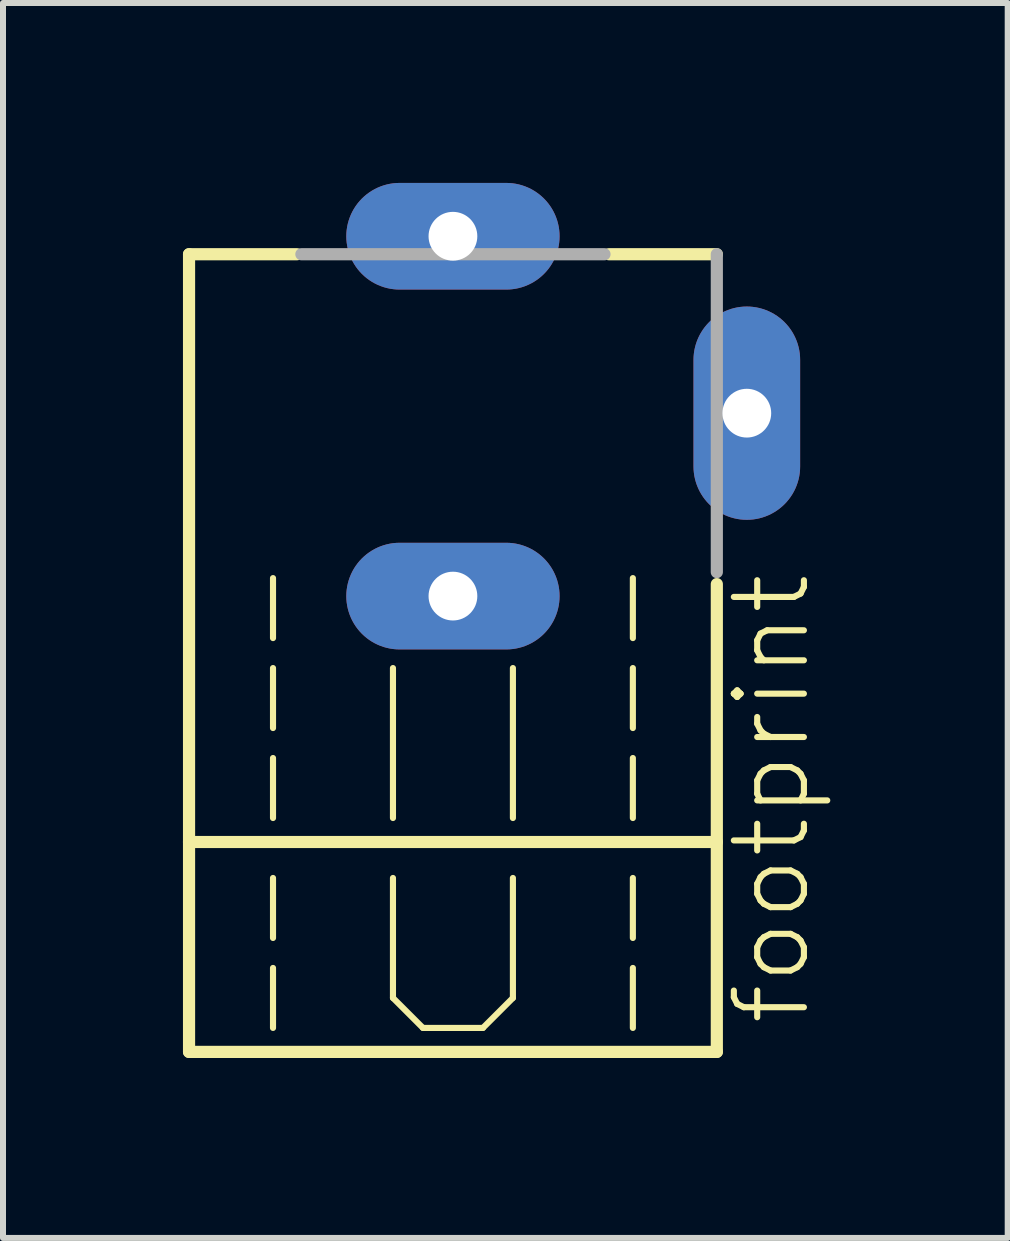
<source format=kicad_pcb>
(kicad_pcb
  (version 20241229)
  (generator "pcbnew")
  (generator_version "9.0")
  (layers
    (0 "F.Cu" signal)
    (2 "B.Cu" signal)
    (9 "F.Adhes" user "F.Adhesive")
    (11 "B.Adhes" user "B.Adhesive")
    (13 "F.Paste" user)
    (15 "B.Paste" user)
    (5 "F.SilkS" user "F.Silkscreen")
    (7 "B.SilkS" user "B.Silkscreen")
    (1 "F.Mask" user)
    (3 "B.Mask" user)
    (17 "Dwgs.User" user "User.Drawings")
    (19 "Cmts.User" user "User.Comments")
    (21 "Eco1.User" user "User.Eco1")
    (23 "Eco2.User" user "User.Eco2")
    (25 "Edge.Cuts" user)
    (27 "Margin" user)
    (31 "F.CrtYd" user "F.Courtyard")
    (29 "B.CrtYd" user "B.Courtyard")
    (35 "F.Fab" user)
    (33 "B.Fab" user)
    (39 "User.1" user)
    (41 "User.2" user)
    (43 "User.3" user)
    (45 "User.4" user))
  (footprint "footprint"
    (layer "F.Cu")
    (at 4.502 8.239)
    (property "Reference" "footprint" (at 6 5.85 90) (layer "F.SilkS") (effects (font (size 1.168 1.168) (thickness 0.102)) (justify left bottom)))
    (fp_line (start -4.4 -7.05) (end -4.4 2.75) (stroke (width 0.203) (type solid)) (layer "F.SilkS"))
    (fp_line (start -4.4 2.75) (end -4.4 6.25) (stroke (width 0.203) (type solid)) (layer "F.SilkS"))
    (fp_line (start -4.4 2.75) (end 4.4 2.75) (stroke (width 0.203) (type solid)) (layer "F.SilkS"))
    (fp_line (start -4.4 6.25) (end 4.4 6.25) (stroke (width 0.203) (type solid)) (layer "F.SilkS"))
    (fp_line (start -3 -0.65) (end -3 -1.65) (stroke (width 0.102) (type solid)) (layer "F.SilkS"))
    (fp_line (start -3 0.85) (end -3 -0.15) (stroke (width 0.102) (type solid)) (layer "F.SilkS"))
    (fp_line (start -3 2.35) (end -3 1.35) (stroke (width 0.102) (type solid)) (layer "F.SilkS"))
    (fp_line (start -3 4.35) (end -3 3.35) (stroke (width 0.102) (type solid)) (layer "F.SilkS"))
    (fp_line (start -3 5.85) (end -3 4.85) (stroke (width 0.102) (type solid)) (layer "F.SilkS"))
    (fp_line (start -2.6 -7.05) (end -4.4 -7.05) (stroke (width 0.203) (type solid)) (layer "F.SilkS"))
    (fp_line (start -1 2.35) (end -1 -0.15) (stroke (width 0.102) (type solid)) (layer "F.SilkS"))
    (fp_line (start -1 5.35) (end -1 3.35) (stroke (width 0.102) (type solid)) (layer "F.SilkS"))
    (fp_line (start -1 5.35) (end -0.5 5.85) (stroke (width 0.102) (type solid)) (layer "F.SilkS"))
    (fp_line (start -0.5 5.85) (end 0.5 5.85) (stroke (width 0.102) (type solid)) (layer "F.SilkS"))
    (fp_line (start 0.5 5.85) (end 1 5.35) (stroke (width 0.102) (type solid)) (layer "F.SilkS"))
    (fp_line (start 1 2.35) (end 1 -0.15) (stroke (width 0.102) (type solid)) (layer "F.SilkS"))
    (fp_line (start 1 5.35) (end 1 3.35) (stroke (width 0.102) (type solid)) (layer "F.SilkS"))
    (fp_line (start 3 -0.65) (end 3 -1.65) (stroke (width 0.102) (type solid)) (layer "F.SilkS"))
    (fp_line (start 3 0.85) (end 3 -0.15) (stroke (width 0.102) (type solid)) (layer "F.SilkS"))
    (fp_line (start 3 2.35) (end 3 1.35) (stroke (width 0.102) (type solid)) (layer "F.SilkS"))
    (fp_line (start 3 4.35) (end 3 3.35) (stroke (width 0.102) (type solid)) (layer "F.SilkS"))
    (fp_line (start 3 5.85) (end 3 4.85) (stroke (width 0.102) (type solid)) (layer "F.SilkS"))
    (fp_line (start 4.4 -7.05) (end 2.6 -7.05) (stroke (width 0.203) (type solid)) (layer "F.SilkS"))
    (fp_line (start 4.4 6.25) (end 4.4 -1.55) (stroke (width 0.203) (type solid)) (layer "F.SilkS"))
    (fp_line (start 2.527 -7.05) (end -2.527 -7.05) (stroke (width 0.203) (type solid)) (layer "F.Fab"))
    (fp_line (start 4.4 -1.75) (end 4.4 -7.05) (stroke (width 0.203) (type solid)) (layer "F.Fab"))
    (pad "1" thru_hole oval (at 0 -7.35) (size 3.556 1.778) (drill 0.813) (layers "*.Cu" "*.Mask"))
    (pad "2" thru_hole oval (at 4.9 -4.4 90) (size 3.556 1.778) (drill 0.813) (layers "*.Cu" "*.Mask"))
    (pad "3" thru_hole oval (at 0 -1.35) (size 3.556 1.778) (drill 0.813) (layers "*.Cu" "*.Mask")))
  (gr_rect
    (start -3 -3)
    (end 13.752 17.591)
    (stroke (width 0.1) (type default))
    (fill no)
    (layer "Edge.Cuts")))
</source>
